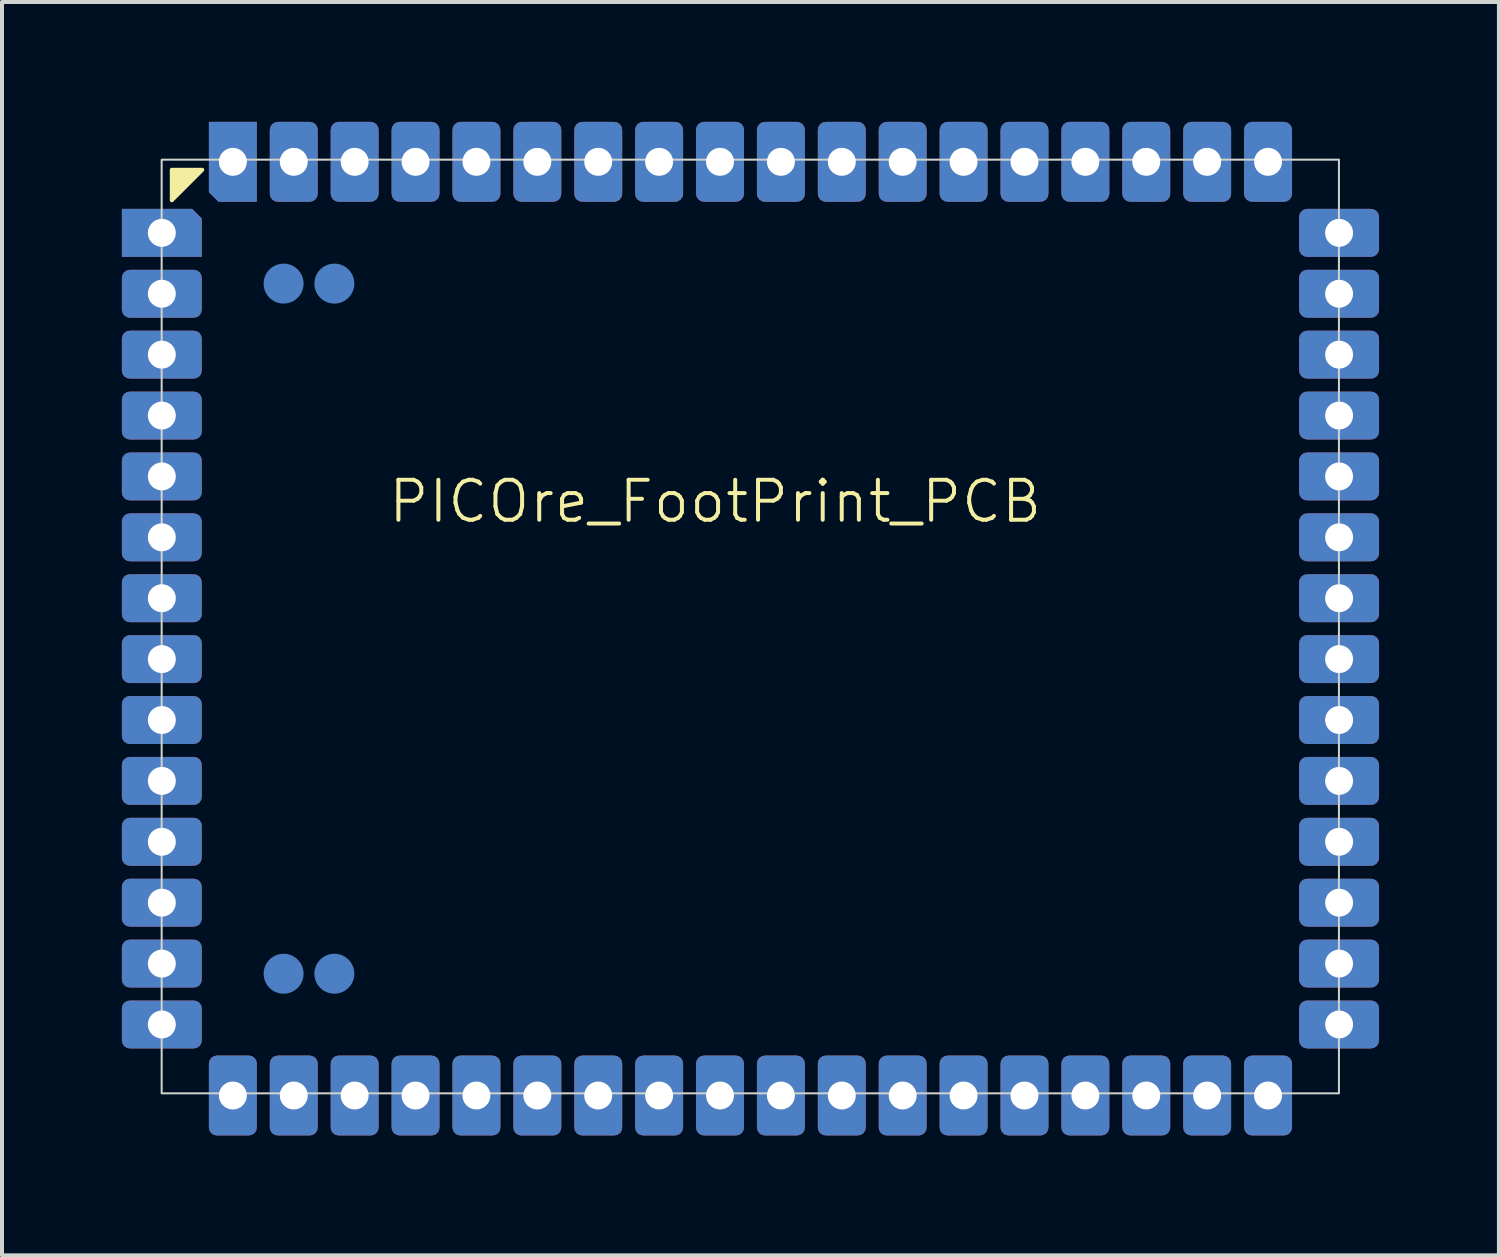
<source format=kicad_pcb>
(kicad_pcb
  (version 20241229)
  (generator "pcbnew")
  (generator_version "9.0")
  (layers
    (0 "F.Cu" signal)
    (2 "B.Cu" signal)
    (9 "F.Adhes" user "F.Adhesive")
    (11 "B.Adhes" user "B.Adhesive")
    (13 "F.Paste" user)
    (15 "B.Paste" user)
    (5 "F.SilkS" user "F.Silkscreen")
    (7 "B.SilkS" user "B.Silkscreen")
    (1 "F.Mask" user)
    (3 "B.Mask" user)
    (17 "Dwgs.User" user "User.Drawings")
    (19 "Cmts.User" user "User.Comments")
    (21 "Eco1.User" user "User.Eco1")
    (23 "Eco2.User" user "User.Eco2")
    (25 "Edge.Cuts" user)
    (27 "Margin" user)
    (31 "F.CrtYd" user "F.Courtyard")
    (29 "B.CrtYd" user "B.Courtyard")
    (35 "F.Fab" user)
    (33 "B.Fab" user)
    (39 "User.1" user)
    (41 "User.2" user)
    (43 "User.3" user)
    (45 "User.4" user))
  (footprint "PICOre_FootPrint_PCB"
    (layer "F.Cu")
    (at 15.77 12.722)
    (property "Reference" "PICOre_FootPrint_PCB" (at -0.92 -3.222 0) (unlocked yes) (layer "F.SilkS") (effects (font (size 1 1) (thickness 0.1))))
    (attr smd)
    (fp_poly (pts (xy -14.52 -11.522) (xy -13.758 -11.522) (xy -14.52 -10.76)) (stroke (width 0.1) (type solid)) (fill yes) (layer "F.SilkS"))
    (fp_rect (start -14.774 -11.776) (end 14.69 11.592) (stroke (width 0.05) (type default)) (fill no) (layer "Edge.Cuts"))
    (pad "1" thru_hole roundrect (at -12.992 -11.722 180) (size 1.2 2) (drill 0.7) (property pad_prop_castellated) (layers "*.Cu" "*.Mask") (roundrect_rratio 0) (chamfer_ratio 0.2) (chamfer top_right))
    (pad "2" thru_hole roundrect (at -11.468 -11.722) (size 1.2 2) (drill 0.7) (property pad_prop_castellated) (layers "*.Cu" "*.Mask") (roundrect_rratio 0.167))
    (pad "3" thru_hole roundrect (at -9.944 -11.722) (size 1.2 2) (drill 0.7) (property pad_prop_castellated) (layers "*.Cu" "*.Mask") (roundrect_rratio 0.167))
    (pad "4" thru_hole roundrect (at -8.42 -11.722) (size 1.2 2) (drill 0.7) (property pad_prop_castellated) (layers "*.Cu" "*.Mask") (roundrect_rratio 0.167))
    (pad "5" thru_hole roundrect (at -6.896 -11.722) (size 1.2 2) (drill 0.7) (property pad_prop_castellated) (layers "*.Cu" "*.Mask") (roundrect_rratio 0.167))
    (pad "6" thru_hole roundrect (at -5.372 -11.722) (size 1.2 2) (drill 0.7) (property pad_prop_castellated) (layers "*.Cu" "*.Mask") (roundrect_rratio 0.167))
    (pad "7" thru_hole roundrect (at -3.848 -11.722) (size 1.2 2) (drill 0.7) (property pad_prop_castellated) (layers "*.Cu" "*.Mask") (roundrect_rratio 0.167))
    (pad "8" thru_hole roundrect (at -2.324 -11.722) (size 1.2 2) (drill 0.7) (property pad_prop_castellated) (layers "*.Cu" "*.Mask") (roundrect_rratio 0.167))
    (pad "9" thru_hole roundrect (at -0.8 -11.722) (size 1.2 2) (drill 0.7) (property pad_prop_castellated) (layers "*.Cu" "*.Mask") (roundrect_rratio 0.167))
    (pad "10" thru_hole roundrect (at 0.724 -11.722) (size 1.2 2) (drill 0.7) (property pad_prop_castellated) (layers "*.Cu" "*.Mask") (roundrect_rratio 0.167))
    (pad "11" thru_hole roundrect (at 2.248 -11.722) (size 1.2 2) (drill 0.7) (property pad_prop_castellated) (layers "*.Cu" "*.Mask") (roundrect_rratio 0.167))
    (pad "12" thru_hole roundrect (at 3.772 -11.722) (size 1.2 2) (drill 0.7) (property pad_prop_castellated) (layers "*.Cu" "*.Mask") (roundrect_rratio 0.167))
    (pad "13" thru_hole roundrect (at 5.296 -11.722) (size 1.2 2) (drill 0.7) (property pad_prop_castellated) (layers "*.Cu" "*.Mask") (roundrect_rratio 0.167))
    (pad "14" thru_hole roundrect (at 6.82 -11.722) (size 1.2 2) (drill 0.7) (property pad_prop_castellated) (layers "*.Cu" "*.Mask") (roundrect_rratio 0.167))
    (pad "15" thru_hole roundrect (at 8.344 -11.722) (size 1.2 2) (drill 0.7) (property pad_prop_castellated) (layers "*.Cu" "*.Mask") (roundrect_rratio 0.167))
    (pad "16" thru_hole roundrect (at 9.868 -11.722) (size 1.2 2) (drill 0.7) (property pad_prop_castellated) (layers "*.Cu" "*.Mask") (roundrect_rratio 0.167))
    (pad "17" thru_hole roundrect (at 11.392 -11.722) (size 1.2 2) (drill 0.7) (property pad_prop_castellated) (layers "*.Cu" "*.Mask") (roundrect_rratio 0.167))
    (pad "18" thru_hole roundrect (at 12.916 -11.722) (size 1.2 2) (drill 0.7) (property pad_prop_castellated) (layers "*.Cu" "*.Mask") (roundrect_rratio 0.167))
    (pad "19" thru_hole roundrect (at 14.694 -9.944 90) (size 1.2 2) (drill 0.7) (property pad_prop_castellated) (layers "*.Cu" "*.Mask") (roundrect_rratio 0.167))
    (pad "20" thru_hole roundrect (at 14.694 -8.42 90) (size 1.2 2) (drill 0.7) (property pad_prop_castellated) (layers "*.Cu" "*.Mask") (roundrect_rratio 0.167))
    (pad "21" thru_hole roundrect (at 14.694 -6.896 90) (size 1.2 2) (drill 0.7) (property pad_prop_castellated) (layers "*.Cu" "*.Mask") (roundrect_rratio 0.167))
    (pad "22" thru_hole roundrect (at 14.694 -5.372 90) (size 1.2 2) (drill 0.7) (property pad_prop_castellated) (layers "*.Cu" "*.Mask") (roundrect_rratio 0.167))
    (pad "23" thru_hole roundrect (at 14.694 -3.848 90) (size 1.2 2) (drill 0.7) (property pad_prop_castellated) (layers "*.Cu" "*.Mask") (roundrect_rratio 0.167))
    (pad "24" thru_hole roundrect (at 14.694 -2.324 90) (size 1.2 2) (drill 0.7) (property pad_prop_castellated) (layers "*.Cu" "*.Mask") (roundrect_rratio 0.167))
    (pad "25" thru_hole roundrect (at 14.694 -0.8 90) (size 1.2 2) (drill 0.7) (property pad_prop_castellated) (layers "*.Cu" "*.Mask") (roundrect_rratio 0.167))
    (pad "26" thru_hole roundrect (at 14.694 0.724 90) (size 1.2 2) (drill 0.7) (property pad_prop_castellated) (layers "*.Cu" "*.Mask") (roundrect_rratio 0.167))
    (pad "27" thru_hole roundrect (at 14.694 2.248 90) (size 1.2 2) (drill 0.7) (property pad_prop_castellated) (layers "*.Cu" "*.Mask") (roundrect_rratio 0.167))
    (pad "28" thru_hole roundrect (at 14.694 3.772 90) (size 1.2 2) (drill 0.7) (property pad_prop_castellated) (layers "*.Cu" "*.Mask") (roundrect_rratio 0.167))
    (pad "29" thru_hole roundrect (at 14.694 5.296 90) (size 1.2 2) (drill 0.7) (property pad_prop_castellated) (layers "*.Cu" "*.Mask") (roundrect_rratio 0.167))
    (pad "30" thru_hole roundrect (at 14.694 6.82 90) (size 1.2 2) (drill 0.7) (property pad_prop_castellated) (layers "*.Cu" "*.Mask") (roundrect_rratio 0.167))
    (pad "31" thru_hole roundrect (at 14.694 8.344 270) (size 1.2 2) (drill 0.7) (property pad_prop_castellated) (layers "*.Cu" "*.Mask") (roundrect_rratio 0.167))
    (pad "32" thru_hole roundrect (at 14.694 9.868 270) (size 1.2 2) (drill 0.7) (property pad_prop_castellated) (layers "*.Cu" "*.Mask") (roundrect_rratio 0.167))
    (pad "33" thru_hole roundrect (at 12.916 11.646 180) (size 1.2 2) (drill 0.7) (property pad_prop_castellated) (layers "*.Cu" "*.Mask") (roundrect_rratio 0.167))
    (pad "34" thru_hole roundrect (at 11.392 11.646 180) (size 1.2 2) (drill 0.7) (property pad_prop_castellated) (layers "*.Cu" "*.Mask") (roundrect_rratio 0.167))
    (pad "35" thru_hole roundrect (at 9.868 11.646 180) (size 1.2 2) (drill 0.7) (property pad_prop_castellated) (layers "*.Cu" "*.Mask") (roundrect_rratio 0.167))
    (pad "36" thru_hole roundrect (at 8.344 11.646 180) (size 1.2 2) (drill 0.7) (property pad_prop_castellated) (layers "*.Cu" "*.Mask") (roundrect_rratio 0.167))
    (pad "37" thru_hole roundrect (at 6.82 11.646 180) (size 1.2 2) (drill 0.7) (property pad_prop_castellated) (layers "*.Cu" "*.Mask") (roundrect_rratio 0.167))
    (pad "38" thru_hole roundrect (at 5.296 11.646 180) (size 1.2 2) (drill 0.7) (property pad_prop_castellated) (layers "*.Cu" "*.Mask") (roundrect_rratio 0.167))
    (pad "39" thru_hole roundrect (at 3.772 11.646 180) (size 1.2 2) (drill 0.7) (property pad_prop_castellated) (layers "*.Cu" "*.Mask") (roundrect_rratio 0.167))
    (pad "40" thru_hole roundrect (at 2.248 11.646 180) (size 1.2 2) (drill 0.7) (property pad_prop_castellated) (layers "*.Cu" "*.Mask") (roundrect_rratio 0.167))
    (pad "41" thru_hole roundrect (at 0.724 11.646 180) (size 1.2 2) (drill 0.7) (property pad_prop_castellated) (layers "*.Cu" "*.Mask") (roundrect_rratio 0.167))
    (pad "42" thru_hole roundrect (at -0.8 11.646 180) (size 1.2 2) (drill 0.7) (property pad_prop_castellated) (layers "*.Cu" "*.Mask") (roundrect_rratio 0.167))
    (pad "43" thru_hole roundrect (at -2.324 11.646 180) (size 1.2 2) (drill 0.7) (property pad_prop_castellated) (layers "*.Cu" "*.Mask") (roundrect_rratio 0.167))
    (pad "44" thru_hole roundrect (at -3.848 11.646 180) (size 1.2 2) (drill 0.7) (property pad_prop_castellated) (layers "*.Cu" "*.Mask") (roundrect_rratio 0.167))
    (pad "45" thru_hole roundrect (at -5.372 11.646 180) (size 1.2 2) (drill 0.7) (property pad_prop_castellated) (layers "*.Cu" "*.Mask") (roundrect_rratio 0.167))
    (pad "46" thru_hole roundrect (at -6.896 11.646 180) (size 1.2 2) (drill 0.7) (property pad_prop_castellated) (layers "*.Cu" "*.Mask") (roundrect_rratio 0.167))
    (pad "47" thru_hole roundrect (at -8.42 11.646 180) (size 1.2 2) (drill 0.7) (property pad_prop_castellated) (layers "*.Cu" "*.Mask") (roundrect_rratio 0.167))
    (pad "48" thru_hole roundrect (at -9.944 11.646 180) (size 1.2 2) (drill 0.7) (property pad_prop_castellated) (layers "*.Cu" "*.Mask") (roundrect_rratio 0.167))
    (pad "49" thru_hole roundrect (at -11.468 11.646) (size 1.2 2) (drill 0.7) (property pad_prop_castellated) (layers "*.Cu" "*.Mask") (roundrect_rratio 0.167))
    (pad "50" thru_hole roundrect (at -12.992 11.646) (size 1.2 2) (drill 0.7) (property pad_prop_castellated) (layers "*.Cu" "*.Mask") (roundrect_rratio 0.167))
    (pad "51" thru_hole roundrect (at -14.77 9.868 270) (size 1.2 2) (drill 0.7) (property pad_prop_castellated) (layers "*.Cu" "*.Mask") (roundrect_rratio 0.167))
    (pad "52" thru_hole roundrect (at -14.77 8.344 270) (size 1.2 2) (drill 0.7) (property pad_prop_castellated) (layers "*.Cu" "*.Mask") (roundrect_rratio 0.167))
    (pad "53" thru_hole roundrect (at -14.77 6.82 270) (size 1.2 2) (drill 0.7) (property pad_prop_castellated) (layers "*.Cu" "*.Mask") (roundrect_rratio 0.167))
    (pad "54" thru_hole roundrect (at -14.77 5.296 270) (size 1.2 2) (drill 0.7) (property pad_prop_castellated) (layers "*.Cu" "*.Mask") (roundrect_rratio 0.167))
    (pad "55" thru_hole roundrect (at -14.77 3.772 270) (size 1.2 2) (drill 0.7) (property pad_prop_castellated) (layers "*.Cu" "*.Mask") (roundrect_rratio 0.167))
    (pad "56" thru_hole roundrect (at -14.77 2.248 270) (size 1.2 2) (drill 0.7) (property pad_prop_castellated) (layers "*.Cu" "*.Mask") (roundrect_rratio 0.167))
    (pad "57" thru_hole roundrect (at -14.77 0.724 270) (size 1.2 2) (drill 0.7) (property pad_prop_castellated) (layers "*.Cu" "*.Mask") (roundrect_rratio 0.167))
    (pad "58" thru_hole roundrect (at -14.77 -0.8 270) (size 1.2 2) (drill 0.7) (property pad_prop_castellated) (layers "*.Cu" "*.Mask") (roundrect_rratio 0.167))
    (pad "59" thru_hole roundrect (at -14.77 -2.324 270) (size 1.2 2) (drill 0.7) (property pad_prop_castellated) (layers "*.Cu" "*.Mask") (roundrect_rratio 0.167))
    (pad "60" thru_hole roundrect (at -14.77 -3.848 270) (size 1.2 2) (drill 0.7) (property pad_prop_castellated) (layers "*.Cu" "*.Mask") (roundrect_rratio 0.167))
    (pad "61" thru_hole roundrect (at -14.77 -5.372 270) (size 1.2 2) (drill 0.7) (property pad_prop_castellated) (layers "*.Cu" "*.Mask") (roundrect_rratio 0.167))
    (pad "62" thru_hole roundrect (at -14.77 -6.896 270) (size 1.2 2) (drill 0.7) (property pad_prop_castellated) (layers "*.Cu" "*.Mask") (roundrect_rratio 0.167))
    (pad "63" thru_hole roundrect (at -14.77 -8.42 270) (size 1.2 2) (drill 0.7) (property pad_prop_castellated) (layers "*.Cu" "*.Mask") (roundrect_rratio 0.167))
    (pad "64" thru_hole roundrect (at -14.77 -9.944 270) (size 1.2 2) (drill 0.7) (property pad_prop_castellated) (layers "*.Cu" "*.Mask") (roundrect_rratio 0) (chamfer_ratio 0.2) (chamfer top_left))
    (pad "65" smd circle (at -11.722 -8.674 270) (size 1 1) (layers "B.Cu" "B.Mask" "B.Paste"))
    (pad "66" smd circle (at -10.452 -8.674 270) (size 1 1) (layers "B.Cu" "B.Mask" "B.Paste"))
    (pad "67" smd circle (at -11.722 8.598 270) (size 1 1) (layers "B.Cu" "B.Mask" "B.Paste"))
    (pad "68" smd circle (at -10.452 8.598 270) (size 1 1) (layers "B.Cu" "B.Mask" "B.Paste")))
  (gr_rect
    (start -3 -3)
    (end 34.464 28.368)
    (stroke (width 0.1) (type default))
    (fill no)
    (layer "Edge.Cuts")))
</source>
